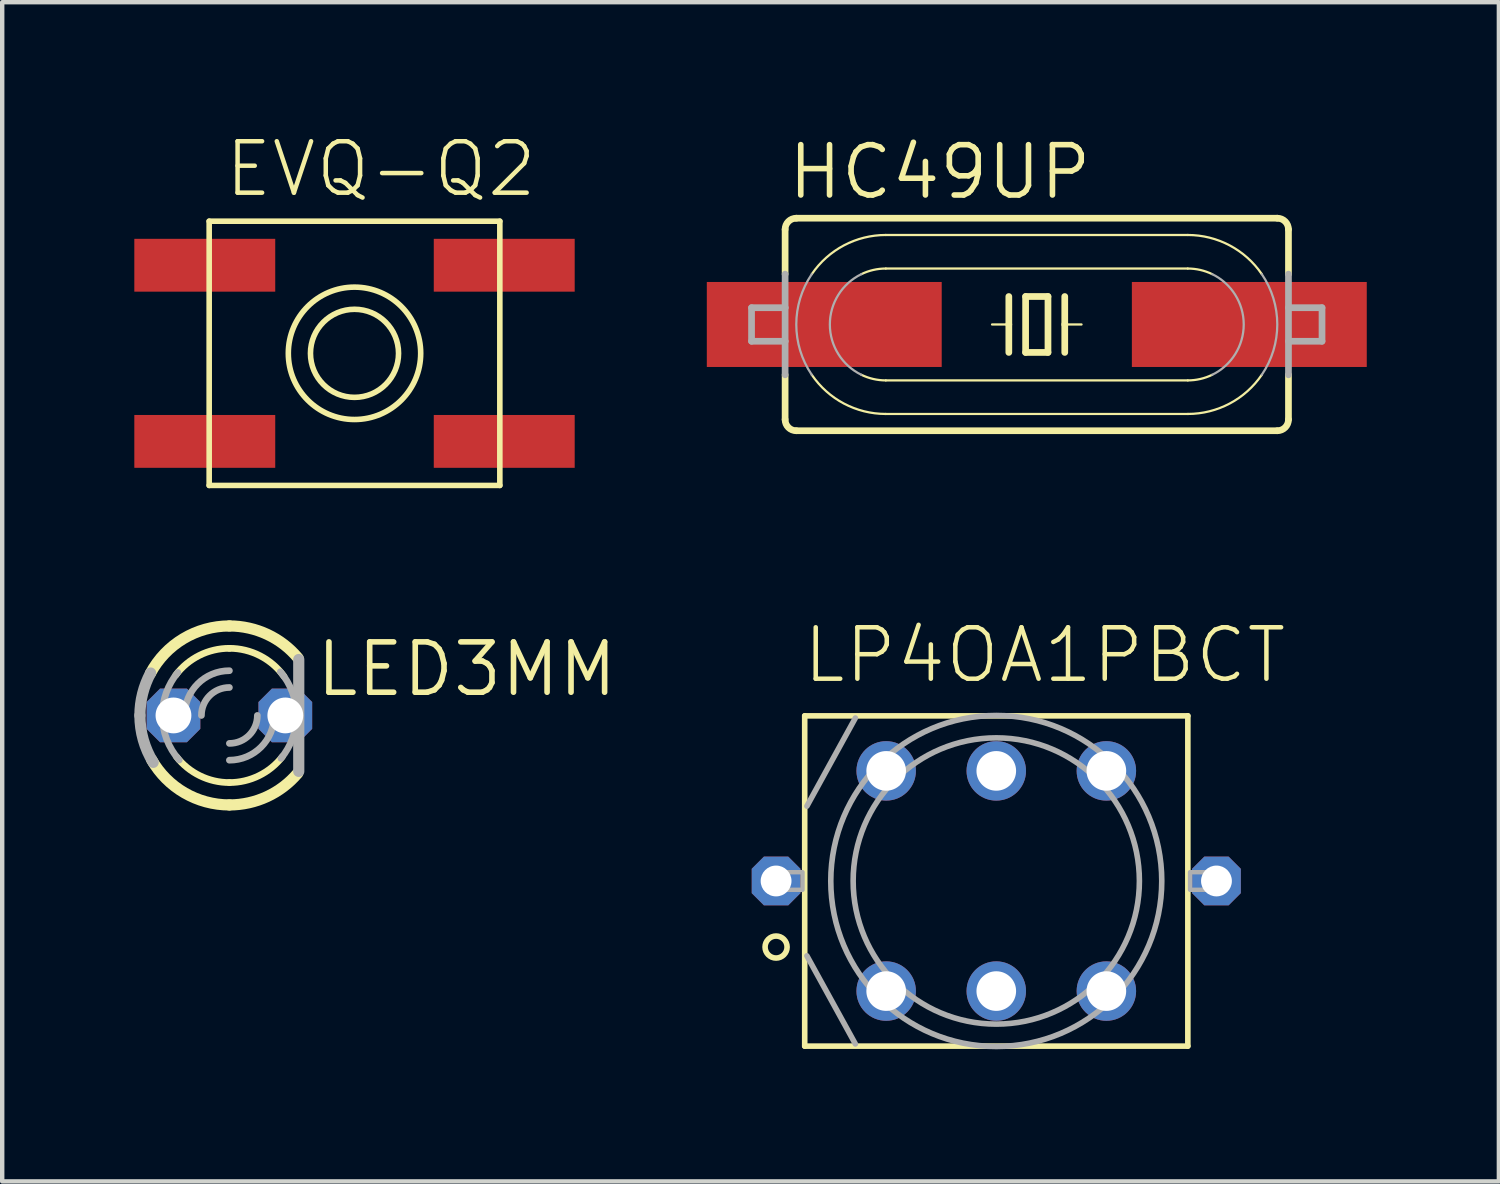
<source format=kicad_pcb>
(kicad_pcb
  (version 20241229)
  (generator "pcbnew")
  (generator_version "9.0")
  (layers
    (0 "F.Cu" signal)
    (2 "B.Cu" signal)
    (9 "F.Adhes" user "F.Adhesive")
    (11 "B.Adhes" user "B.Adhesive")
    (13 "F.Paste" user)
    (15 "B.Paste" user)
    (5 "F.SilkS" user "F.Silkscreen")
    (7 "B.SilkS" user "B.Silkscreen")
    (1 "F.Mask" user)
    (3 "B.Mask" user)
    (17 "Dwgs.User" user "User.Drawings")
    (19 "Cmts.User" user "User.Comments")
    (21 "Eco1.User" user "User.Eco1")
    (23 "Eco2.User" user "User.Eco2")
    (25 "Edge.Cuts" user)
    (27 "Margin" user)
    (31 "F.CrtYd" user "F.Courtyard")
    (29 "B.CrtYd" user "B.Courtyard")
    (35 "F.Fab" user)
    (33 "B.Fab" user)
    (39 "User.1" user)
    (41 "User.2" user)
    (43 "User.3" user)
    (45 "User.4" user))
  (footprint "LP4OA1PBCT"
    (layer "F.Cu")
    (at 19.573 16.955)
    (property "Reference" "LP4OA1PBCT" (at -4.445 -4.445 0) (layer "F.SilkS") (effects (font (size 1.168 1.168) (thickness 0.102)) (justify left bottom)))
    (fp_line (start -4.35 -3.75) (end 4.35 -3.75) (stroke (width 0.127) (type solid)) (layer "F.SilkS"))
    (fp_line (start -4.35 3.75) (end -4.35 -3.75) (stroke (width 0.127) (type solid)) (layer "F.SilkS"))
    (fp_line (start -4.35 3.75) (end 4.35 3.75) (stroke (width 0.127) (type solid)) (layer "F.SilkS"))
    (fp_line (start 4.35 3.75) (end 4.35 -3.75) (stroke (width 0.127) (type solid)) (layer "F.SilkS"))
    (fp_circle (center -5 1.5) (end -4.75 1.5) (stroke (width 0.127) (type solid)) (fill no) (layer "F.SilkS"))
    (fp_line (start -4.3 1.7) (end -3.2 3.7) (stroke (width 0.127) (type solid)) (layer "F.Fab"))
    (fp_line (start -3.2 -3.7) (end -4.3 -1.7) (stroke (width 0.127) (type solid)) (layer "F.Fab"))
    (fp_circle (center 0 0) (end 3.25 0) (stroke (width 0.127) (type solid)) (fill no) (layer "F.Fab"))
    (fp_circle (center 0 0) (end 3.758 0) (stroke (width 0.127) (type solid)) (fill no) (layer "F.Fab"))
    (fp_poly (pts (xy -5 0.2) (xy -4.4 0.2) (xy -4.4 -0.2) (xy -5 -0.2)) (stroke (width 0.1) (type solid)) (fill no) (layer "F.Fab"))
    (fp_poly (pts (xy 4.4 0.2) (xy 5 0.2) (xy 5 -0.2) (xy 4.4 -0.2)) (stroke (width 0.1) (type solid)) (fill no) (layer "F.Fab"))
    (pad "L1" thru_hole roundrect (at 5 0) (size 1.106 1.106) (drill 0.7) (layers "*.Cu" "*.Mask") (roundrect_rratio 0.25) (chamfer_ratio 0.25) (chamfer top_left top_right bottom_left bottom_right))
    (pad "L2" thru_hole roundrect (at -5 0) (size 1.106 1.106) (drill 0.7) (layers "*.Cu" "*.Mask") (roundrect_rratio 0.25) (chamfer_ratio 0.25) (chamfer top_left top_right bottom_left bottom_right))
    (pad "P1" thru_hole circle (at 2.5 -2.5) (size 1.35 1.35) (drill 0.9) (layers "*.Cu" "*.Mask"))
    (pad "P2" thru_hole circle (at 0 -2.5) (size 1.35 1.35) (drill 0.9) (layers "*.Cu" "*.Mask"))
    (pad "P3" thru_hole circle (at -2.5 -2.5) (size 1.35 1.35) (drill 0.9) (layers "*.Cu" "*.Mask"))
    (pad "P4" thru_hole circle (at 2.5 2.5) (size 1.35 1.35) (drill 0.9) (layers "*.Cu" "*.Mask"))
    (pad "P5" thru_hole circle (at 0 2.5) (size 1.35 1.35) (drill 0.9) (layers "*.Cu" "*.Mask"))
    (pad "P6" thru_hole circle (at -2.5 2.5) (size 1.35 1.35) (drill 0.9) (layers "*.Cu" "*.Mask")))
  (footprint "EVQ-Q2"
    (layer "F.Cu")
    (at 5 4.973)
    (property "Reference" "EVQ-Q2" (at -3 -3.5 0) (layer "F.SilkS") (effects (font (size 1.168 1.168) (thickness 0.102)) (justify left bottom)))
    (fp_line (start -3.3 -3) (end 3.3 -3) (stroke (width 0.127) (type solid)) (layer "F.SilkS"))
    (fp_line (start -3.3 3) (end -3.3 -3) (stroke (width 0.127) (type solid)) (layer "F.SilkS"))
    (fp_line (start 3.3 -3) (end 3.3 3) (stroke (width 0.127) (type solid)) (layer "F.SilkS"))
    (fp_line (start 3.3 3) (end -3.3 3) (stroke (width 0.127) (type solid)) (layer "F.SilkS"))
    (fp_circle (center 0 0) (end 1 0) (stroke (width 0.127) (type solid)) (fill no) (layer "F.SilkS"))
    (fp_circle (center 0 0) (end 1.503 0) (stroke (width 0.127) (type solid)) (fill no) (layer "F.SilkS"))
    (pad "A" smd rect (at -3.4 2) (size 3.2 1.2) (layers "F.Cu" "F.Mask" "F.Paste"))
    (pad "A'" smd rect (at 3.4 2) (size 3.2 1.2) (layers "F.Cu" "F.Mask" "F.Paste"))
    (pad "B" smd rect (at -3.4 -2) (size 3.2 1.2) (layers "F.Cu" "F.Mask" "F.Paste"))
    (pad "B'" smd rect (at 3.4 -2) (size 3.2 1.2) (layers "F.Cu" "F.Mask" "F.Paste")))
  (footprint "LED3MM"
    (layer "F.Cu")
    (at 2.159 13.196)
    (property "Reference" "LED3MM" (at 1.905 -0.381 0) (layer "F.SilkS") (effects (font (size 1.143 1.143) (thickness 0.127)) (justify left bottom)))
    (fp_arc (start -1.7929 -0.9562) (mid -1.045438 -1.7424) (end 0 -2.032) (stroke (width 0.254) (type solid)) (layer "F.SilkS"))
    (fp_arc (start -1.2192 -0.9144) (mid -0.681554 -1.363107) (end 0 -1.524) (stroke (width 0.1524) (type solid)) (layer "F.SilkS"))
    (fp_arc (start 0 -2.032) (mid 0.861864 -1.840173) (end 1.561 -1.3009) (stroke (width 0.254) (type solid)) (layer "F.SilkS"))
    (fp_arc (start 0 -1.524) (mid 0.697339 -1.355082) (end 1.2401 -0.885801) (stroke (width 0.1524) (type solid)) (layer "F.SilkS"))
    (fp_arc (start 0 1.524) (mid -0.669593 1.369018) (end -1.203 0.9356) (stroke (width 0.1524) (type solid)) (layer "F.SilkS"))
    (fp_arc (start 0 2.032) (mid -1.019924 1.757525) (end -1.7643 1.0082) (stroke (width 0.254) (type solid)) (layer "F.SilkS"))
    (fp_arc (start 1.203 0.9356) (mid 0.669593 1.369018) (end 0 1.524) (stroke (width 0.1524) (type solid)) (layer "F.SilkS"))
    (fp_arc (start 1.5512 1.3126) (mid 0.854953 1.843405) (end 0 2.032) (stroke (width 0.254) (type solid)) (layer "F.SilkS"))
    (fp_line (start 1.575 1.27) (end 1.575 -1.27) (stroke (width 0.254) (type solid)) (layer "F.Fab"))
    (fp_arc (start -2.032 0) (mid -1.970339 -0.496775) (end -1.7891 -0.9634) (stroke (width 0.254) (type solid)) (layer "F.Fab"))
    (fp_arc (start -1.7306 1.065) (mid -1.95521 0.553417) (end -2.032 0) (stroke (width 0.254) (type solid)) (layer "F.Fab"))
    (fp_arc (start -1.524 0) (mid -1.432981 -0.518783) (end -1.1708 -0.9756) (stroke (width 0.1524) (type solid)) (layer "F.Fab"))
    (fp_arc (start -1.1391 1.0125) (mid -1.42454 0.5416) (end -1.524 0) (stroke (width 0.1524) (type solid)) (layer "F.Fab"))
    (fp_arc (start -1.016 0) (mid -0.71842 -0.71842) (end 0 -1.016) (stroke (width 0.1524) (type solid)) (layer "F.Fab"))
    (fp_arc (start -0.635 0) (mid -0.449013 -0.449013) (end 0 -0.635) (stroke (width 0.1524) (type solid)) (layer "F.Fab"))
    (fp_arc (start 0.635 0) (mid 0.449013 0.449013) (end 0 0.635) (stroke (width 0.1524) (type solid)) (layer "F.Fab"))
    (fp_arc (start 1.016 0) (mid 0.71842 0.71842) (end 0 1.016) (stroke (width 0.1524) (type solid)) (layer "F.Fab"))
    (fp_arc (start 1.1571 -0.9918) (mid 1.429332 -0.528744) (end 1.524 0) (stroke (width 0.1524) (type solid)) (layer "F.Fab"))
    (fp_arc (start 1.524 0) (mid 1.432981 0.518783) (end 1.1708 0.9756) (stroke (width 0.1524) (type solid)) (layer "F.Fab"))
    (pad "A" thru_hole roundrect (at -1.27 0) (size 1.219 1.219) (drill 0.813) (layers "*.Cu" "*.Mask") (roundrect_rratio 0.25) (chamfer_ratio 0.25) (chamfer top_left top_right bottom_left bottom_right))
    (pad "K" thru_hole roundrect (at 1.27 0) (size 1.219 1.219) (drill 0.813) (layers "*.Cu" "*.Mask") (roundrect_rratio 0.25) (chamfer_ratio 0.25) (chamfer top_left top_right bottom_left bottom_right)))
  (footprint "HC49UP"
    (layer "F.Cu")
    (at 20.493 4.318)
    (property "Reference" "HC49UP" (at -5.715 -2.794 0) (layer "F.SilkS") (effects (font (size 1.143 1.143) (thickness 0.127)) (justify left bottom)))
    (fp_line (start -5.715 -1.143) (end -5.715 -2.159) (stroke (width 0.152) (type solid)) (layer "F.SilkS"))
    (fp_line (start -5.715 2.159) (end -5.715 1.143) (stroke (width 0.152) (type solid)) (layer "F.SilkS"))
    (fp_line (start -3.429 -2.032) (end 3.429 -2.032) (stroke (width 0.051) (type solid)) (layer "F.SilkS"))
    (fp_line (start -3.429 -1.27) (end 3.429 -1.27) (stroke (width 0.051) (type solid)) (layer "F.SilkS"))
    (fp_line (start -0.635 -0.635) (end -0.635 0) (stroke (width 0.152) (type solid)) (layer "F.SilkS"))
    (fp_line (start -0.635 0) (end -1.016 0) (stroke (width 0.051) (type solid)) (layer "F.SilkS"))
    (fp_line (start -0.635 0) (end -0.635 0.635) (stroke (width 0.152) (type solid)) (layer "F.SilkS"))
    (fp_line (start -0.254 -0.635) (end -0.254 0.635) (stroke (width 0.152) (type solid)) (layer "F.SilkS"))
    (fp_line (start -0.254 0.635) (end 0.254 0.635) (stroke (width 0.152) (type solid)) (layer "F.SilkS"))
    (fp_line (start 0.254 -0.635) (end -0.254 -0.635) (stroke (width 0.152) (type solid)) (layer "F.SilkS"))
    (fp_line (start 0.254 0.635) (end 0.254 -0.635) (stroke (width 0.152) (type solid)) (layer "F.SilkS"))
    (fp_line (start 0.635 -0.635) (end 0.635 0) (stroke (width 0.152) (type solid)) (layer "F.SilkS"))
    (fp_line (start 0.635 0) (end 0.635 0.635) (stroke (width 0.152) (type solid)) (layer "F.SilkS"))
    (fp_line (start 0.635 0) (end 1.016 0) (stroke (width 0.051) (type solid)) (layer "F.SilkS"))
    (fp_line (start 3.429 1.27) (end -3.429 1.27) (stroke (width 0.051) (type solid)) (layer "F.SilkS"))
    (fp_line (start 3.429 2.032) (end -3.429 2.032) (stroke (width 0.051) (type solid)) (layer "F.SilkS"))
    (fp_line (start 5.461 -2.413) (end -5.461 -2.413) (stroke (width 0.152) (type solid)) (layer "F.SilkS"))
    (fp_line (start 5.461 2.413) (end -5.461 2.413) (stroke (width 0.152) (type solid)) (layer "F.SilkS"))
    (fp_line (start 5.715 -1.143) (end 5.715 -2.159) (stroke (width 0.152) (type solid)) (layer "F.SilkS"))
    (fp_line (start 5.715 2.159) (end 5.715 1.143) (stroke (width 0.152) (type solid)) (layer "F.SilkS"))
    (fp_arc (start -5.715 -2.159) (mid -5.640605 -2.338605) (end -5.461 -2.413) (stroke (width 0.1524) (type solid)) (layer "F.SilkS"))
    (fp_arc (start -5.461 2.413) (mid -5.640605 2.338605) (end -5.715 2.159) (stroke (width 0.1524) (type solid)) (layer "F.SilkS"))
    (fp_arc (start -5.1091 -1.143) (mid -4.379417 -1.796107) (end -3.429 -2.032101) (stroke (width 0.0508) (type solid)) (layer "F.SilkS"))
    (fp_arc (start -3.9826 -1.143) (mid -3.712991 -1.237845) (end -3.429 -1.27) (stroke (width 0.0508) (type solid)) (layer "F.SilkS"))
    (fp_arc (start -3.429 1.27) (mid -3.712991 1.237845) (end -3.9826 1.143) (stroke (width 0.0508) (type solid)) (layer "F.SilkS"))
    (fp_arc (start -3.429 2.032001) (mid -4.379408 1.796063) (end -5.1091 1.143) (stroke (width 0.0508) (type solid)) (layer "F.SilkS"))
    (fp_arc (start 3.429 -2.032) (mid 4.379408 -1.796062) (end 5.1091 -1.142999) (stroke (width 0.0508) (type solid)) (layer "F.SilkS"))
    (fp_arc (start 3.429 -1.27) (mid 3.712991 -1.237845) (end 3.9826 -1.143) (stroke (width 0.0508) (type solid)) (layer "F.SilkS"))
    (fp_arc (start 3.9826 1.143) (mid 3.712991 1.237845) (end 3.429 1.27) (stroke (width 0.0508) (type solid)) (layer "F.SilkS"))
    (fp_arc (start 5.109 1.142899) (mid 4.379368 1.795994) (end 3.429 2.032) (stroke (width 0.0508) (type solid)) (layer "F.SilkS"))
    (fp_arc (start 5.461 -2.413) (mid 5.640605 -2.338605) (end 5.715 -2.159) (stroke (width 0.1524) (type solid)) (layer "F.SilkS"))
    (fp_arc (start 5.715 2.159) (mid 5.640605 2.338605) (end 5.461 2.413) (stroke (width 0.1524) (type solid)) (layer "F.SilkS"))
    (fp_line (start -6.477 0.381) (end -6.477 -0.381) (stroke (width 0.152) (type solid)) (layer "F.Fab"))
    (fp_line (start -5.715 -0.381) (end -6.477 -0.381) (stroke (width 0.152) (type solid)) (layer "F.Fab"))
    (fp_line (start -5.715 -0.381) (end -5.715 -1.143) (stroke (width 0.152) (type solid)) (layer "F.Fab"))
    (fp_line (start -5.715 0.381) (end -6.477 0.381) (stroke (width 0.152) (type solid)) (layer "F.Fab"))
    (fp_line (start -5.715 0.381) (end -5.715 -0.381) (stroke (width 0.152) (type solid)) (layer "F.Fab"))
    (fp_line (start -5.715 1.143) (end -5.715 0.381) (stroke (width 0.152) (type solid)) (layer "F.Fab"))
    (fp_line (start 5.715 -0.381) (end 6.477 -0.381) (stroke (width 0.152) (type solid)) (layer "F.Fab"))
    (fp_line (start 5.715 0.381) (end 6.477 0.381) (stroke (width 0.152) (type solid)) (layer "F.Fab"))
    (fp_line (start 5.715 1.143) (end 5.715 -1.143) (stroke (width 0.152) (type solid)) (layer "F.Fab"))
    (fp_line (start 6.477 0.381) (end 6.477 -0.381) (stroke (width 0.152) (type solid)) (layer "F.Fab"))
    (fp_arc (start -5.1091 1.143) (mid -5.46104 0) (end -5.1091 -1.143) (stroke (width 0.0508) (type solid)) (layer "F.Fab"))
    (fp_arc (start -3.9826 1.143) (mid -4.699009 0) (end -3.9826 -1.143) (stroke (width 0.0508) (type solid)) (layer "F.Fab"))
    (fp_arc (start 3.9826 -1.143) (mid 4.699009 0) (end 3.9826 1.143) (stroke (width 0.0508) (type solid)) (layer "F.Fab"))
    (fp_arc (start 5.1091 -1.143) (mid 5.46104 0) (end 5.1091 1.143) (stroke (width 0.0508) (type solid)) (layer "F.Fab"))
    (pad "1" smd rect (at -4.826 0) (size 5.334 1.93) (layers "F.Cu" "F.Mask" "F.Paste"))
    (pad "2" smd rect (at 4.826 0) (size 5.334 1.93) (layers "F.Cu" "F.Mask" "F.Paste"))
    (zone (net_name "") (layers "F.Cu" "B.Cu") (hatch edge 0.508) (connect_pads) (min_thickness 0.254) (filled_areas_thickness no) (keepout (tracks allowed) (vias not_allowed) (pads allowed) (copperpour allowed) (footprints allowed)) (placement (enabled no)) (fill) (polygon (pts (xy 13.889 7.366) (xy 27.097 7.366) (xy 27.097 1.27) (xy 13.889 1.27)))))
  (gr_rect
    (start -3 -3)
    (end 30.986 23.777)
    (stroke (width 0.1) (type default))
    (fill no)
    (layer "Edge.Cuts")))
</source>
